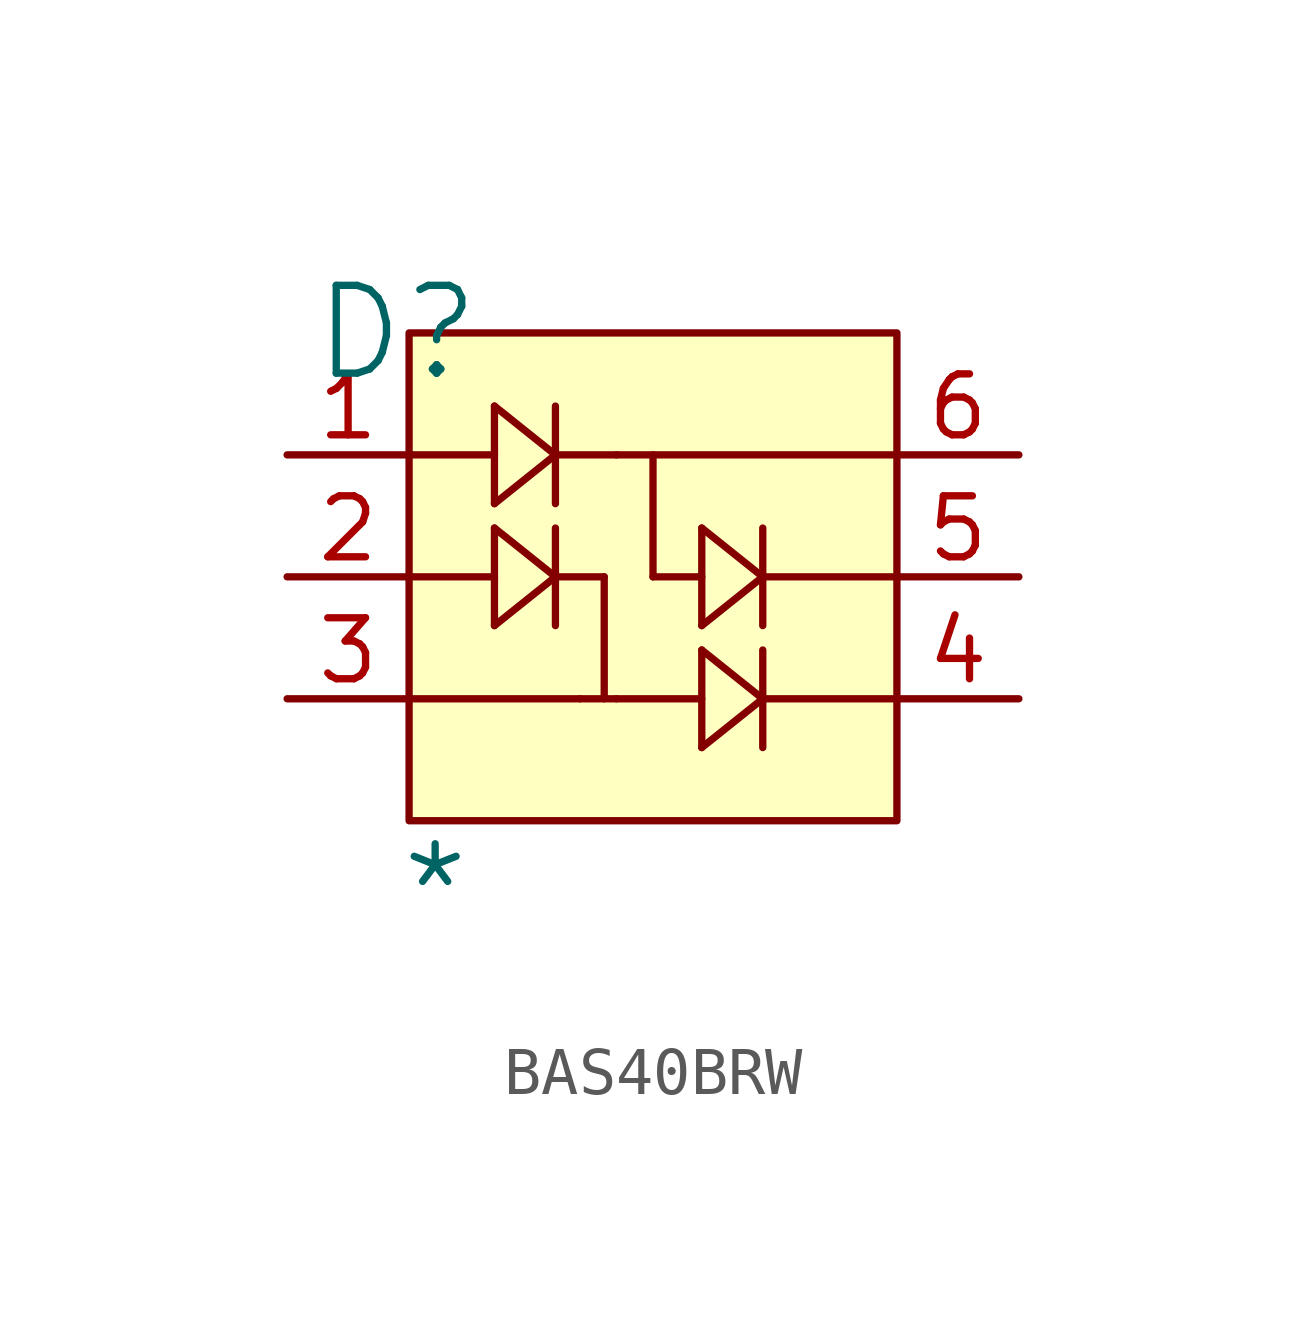
<source format=kicad_sym>
(kicad_symbol_lib
  (version 20241209)
  (generator "kicad_symbol_editor")
  (generator_version "9.0")
  (symbol "BAS40BRW"
    (pin_names
      (hide yes))
    (property "Reference" "D"
      (at -0.254 0 0)
      (effects (font (size 1.829 1.829))))
    (property "Value" "*"
      (at -0.254 -12.7 0)
      (effects (font (size 1.829 1.829)) (justify left bottom)))
    (symbol "BAS40BRW_1_0"
      (polyline (pts (xy 0 -2.54) (xy 1.778 -2.54)) (stroke (width 0) (type solid)) (fill (type none)))
      (polyline (pts (xy 0 -5.08) (xy 1.778 -5.08)) (stroke (width 0) (type solid)) (fill (type none)))
      (polyline (pts (xy 1.778 -1.524) (xy 1.778 -3.556)) (stroke (width 0) (type solid)) (fill (type none)))
      (polyline (pts (xy 1.778 -1.524) (xy 3.048 -2.54)) (stroke (width 0) (type solid)) (fill (type none)))
      (polyline (pts (xy 1.778 -4.064) (xy 1.778 -6.096)) (stroke (width 0) (type solid)) (fill (type none)))
      (polyline (pts (xy 1.778 -4.064) (xy 3.048 -5.08)) (stroke (width 0) (type solid)) (fill (type none)))
      (polyline (pts (xy 3.048 -1.524) (xy 3.048 -3.556)) (stroke (width 0) (type solid)) (fill (type none)))
      (polyline (pts (xy 3.048 -2.54) (xy 1.778 -3.556)) (stroke (width 0) (type solid)) (fill (type none)))
      (polyline (pts (xy 3.048 -2.54) (xy 4.318 -2.54)) (stroke (width 0) (type solid)) (fill (type none)))
      (polyline (pts (xy 3.048 -4.064) (xy 3.048 -6.096)) (stroke (width 0) (type solid)) (fill (type none)))
      (polyline (pts (xy 3.048 -5.08) (xy 1.778 -6.096)) (stroke (width 0) (type solid)) (fill (type none)))
      (polyline (pts (xy 3.048 -5.08) (xy 4.064 -5.08)) (stroke (width 0) (type solid)) (fill (type none)))
      (polyline (pts (xy 3.556 -7.62) (xy 0 -7.62)) (stroke (width 0) (type solid)) (fill (type none)))
      (polyline (pts (xy 3.556 -7.62) (xy 4.318 -7.62)) (stroke (width 0) (type solid)) (fill (type none)))
      (polyline (pts (xy 4.064 -5.08) (xy 4.064 -7.62)) (stroke (width 0) (type solid)) (fill (type none)))
      (polyline (pts (xy 4.318 -2.54) (xy 10.16 -2.54)) (stroke (width 0) (type solid)) (fill (type none)))
      (polyline (pts (xy 4.318 -7.62) (xy 6.096 -7.62)) (stroke (width 0) (type solid)) (fill (type none)))
      (polyline (pts (xy 5.08 -5.08) (xy 5.08 -2.54)) (stroke (width 0) (type solid)) (fill (type none)))
      (polyline (pts (xy 5.08 -5.08) (xy 6.096 -5.08)) (stroke (width 0) (type solid)) (fill (type none)))
      (polyline (pts (xy 6.096 -4.064) (xy 6.096 -6.096)) (stroke (width 0) (type solid)) (fill (type none)))
      (polyline (pts (xy 6.096 -4.064) (xy 7.366 -5.08)) (stroke (width 0) (type solid)) (fill (type none)))
      (polyline (pts (xy 6.096 -6.604) (xy 6.096 -8.636)) (stroke (width 0) (type solid)) (fill (type none)))
      (polyline (pts (xy 6.096 -6.604) (xy 7.366 -7.62)) (stroke (width 0) (type solid)) (fill (type none)))
      (polyline (pts (xy 7.366 -4.064) (xy 7.366 -6.096)) (stroke (width 0) (type solid)) (fill (type none)))
      (polyline (pts (xy 7.366 -5.08) (xy 6.096 -6.096)) (stroke (width 0) (type solid)) (fill (type none)))
      (polyline (pts (xy 7.366 -5.08) (xy 10.16 -5.08)) (stroke (width 0) (type solid)) (fill (type none)))
      (polyline (pts (xy 7.366 -6.604) (xy 7.366 -8.636)) (stroke (width 0) (type solid)) (fill (type none)))
      (polyline (pts (xy 7.366 -7.62) (xy 6.096 -8.636)) (stroke (width 0) (type solid)) (fill (type none)))
      (rectangle (start 10.16 0) (end 0 -10.16) (stroke (width 0) (type solid) (color 128 0 0 1)) (fill (type background)))
      (polyline (pts (xy 10.16 -7.62) (xy 7.366 -7.62)) (stroke (width 0) (type solid)) (fill (type none)))
      (pin passive line (at -2.54 -2.54 0) (length 2.54) (name "1" (effects (font (size 1.27 1.27)))) (number "1" (effects (font (size 1.27 1.27)))))
      (pin passive line (at -2.54 -5.08 0) (length 2.54) (name "2" (effects (font (size 1.27 1.27)))) (number "2" (effects (font (size 1.27 1.27)))))
      (pin passive line (at -2.54 -7.62 0) (length 2.54) (name "3" (effects (font (size 1.27 1.27)))) (number "3" (effects (font (size 1.27 1.27)))))
      (pin passive line (at 12.7 -2.54 180) (length 2.54) (name "6" (effects (font (size 1.27 1.27)))) (number "6" (effects (font (size 1.27 1.27)))))
      (pin passive line (at 12.7 -5.08 180) (length 2.54) (name "5" (effects (font (size 1.27 1.27)))) (number "5" (effects (font (size 1.27 1.27)))))
      (pin passive line (at 12.7 -7.62 180) (length 2.54) (name "4" (effects (font (size 1.27 1.27)))) (number "4" (effects (font (size 1.27 1.27))))))))
</source>
